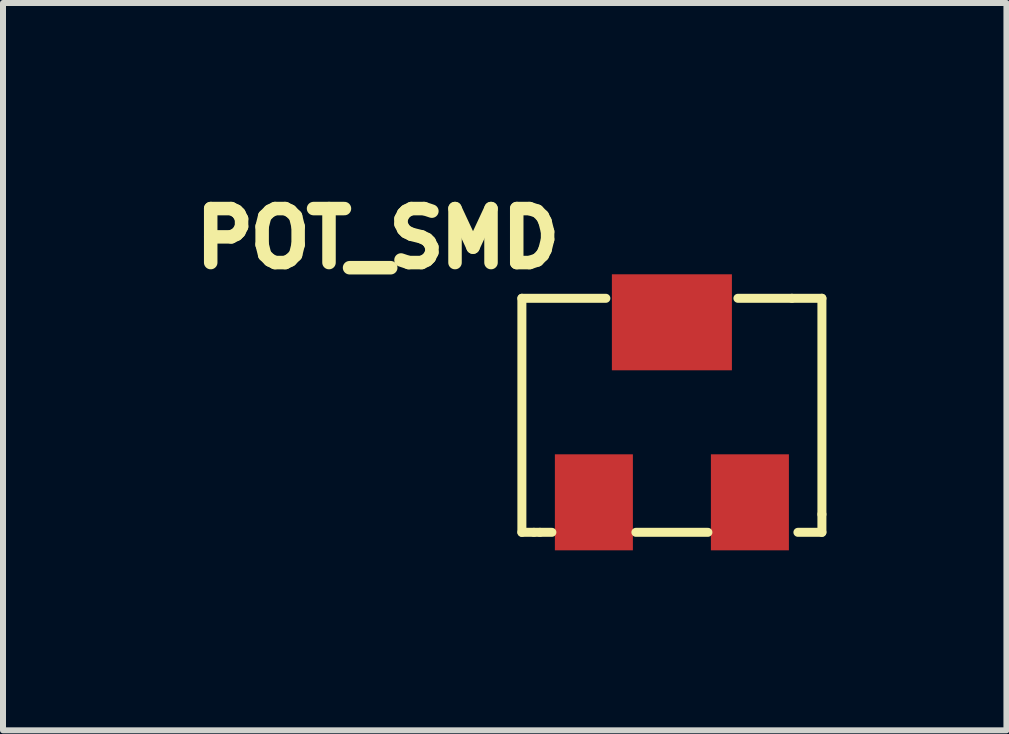
<source format=kicad_pcb>
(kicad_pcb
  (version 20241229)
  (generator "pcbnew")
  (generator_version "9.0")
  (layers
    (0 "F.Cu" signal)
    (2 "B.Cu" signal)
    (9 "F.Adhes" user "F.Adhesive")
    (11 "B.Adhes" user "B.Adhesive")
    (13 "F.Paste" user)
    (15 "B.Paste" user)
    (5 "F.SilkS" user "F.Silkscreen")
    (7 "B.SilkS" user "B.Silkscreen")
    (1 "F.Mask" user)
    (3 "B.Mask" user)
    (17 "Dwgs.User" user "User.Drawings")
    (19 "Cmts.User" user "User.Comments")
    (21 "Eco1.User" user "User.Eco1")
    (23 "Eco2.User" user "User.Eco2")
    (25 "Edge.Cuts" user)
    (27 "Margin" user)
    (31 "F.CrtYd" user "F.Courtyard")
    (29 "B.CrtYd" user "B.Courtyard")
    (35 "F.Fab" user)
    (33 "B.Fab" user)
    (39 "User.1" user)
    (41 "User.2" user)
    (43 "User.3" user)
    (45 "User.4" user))
  (footprint "POT_SMD"
    (layer "F.Cu")
    (at 8.147 3.821)
    (property "Reference" "POT_SMD" (at -4.9 -2.9 0) (layer "F.SilkS") (effects (font (size 0.9 0.9) (thickness 0.225))))
    (attr through_hole)
    (fp_line (start -2.5 -1.9) (end -2.5 2) (stroke (width 0.15) (type solid)) (layer "F.SilkS"))
    (fp_line (start -2.5 -1.9) (end -1.1 -1.9) (stroke (width 0.15) (type solid)) (layer "F.SilkS"))
    (fp_line (start -2.5 2) (end -2.3 2) (stroke (width 0.15) (type solid)) (layer "F.SilkS"))
    (fp_line (start -2.3 2) (end -2.2 2) (stroke (width 0.15) (type solid)) (layer "F.SilkS"))
    (fp_line (start -2 2) (end -2.2 2) (stroke (width 0.15) (type solid)) (layer "F.SilkS"))
    (fp_line (start -0.6 2) (end 0.6 2) (stroke (width 0.15) (type solid)) (layer "F.SilkS"))
    (fp_line (start 2 -1.9) (end 1.1 -1.9) (stroke (width 0.15) (type solid)) (layer "F.SilkS"))
    (fp_line (start 2 -1.9) (end 2.5 -1.9) (stroke (width 0.15) (type solid)) (layer "F.SilkS"))
    (fp_line (start 2.5 -1.9) (end 2.5 1.7) (stroke (width 0.15) (type solid)) (layer "F.SilkS"))
    (fp_line (start 2.5 1.7) (end 2.5 2) (stroke (width 0.15) (type solid)) (layer "F.SilkS"))
    (fp_line (start 2.5 2) (end 2.1 2) (stroke (width 0.15) (type solid)) (layer "F.SilkS"))
    (pad "1" smd rect (at -1.3 1.5) (size 1.3 1.6) (layers "F.Cu" "F.Mask" "F.Paste"))
    (pad "2" smd rect (at 0 -1.5) (size 2 1.6) (layers "F.Cu" "F.Mask" "F.Paste"))
    (pad "3" smd rect (at 1.3 1.5) (size 1.3 1.6) (layers "F.Cu" "F.Mask" "F.Paste")))
  (gr_rect
    (start -3 -3)
    (end 13.722 9.121)
    (stroke (width 0.1) (type default))
    (fill no)
    (layer "Edge.Cuts")))
</source>
